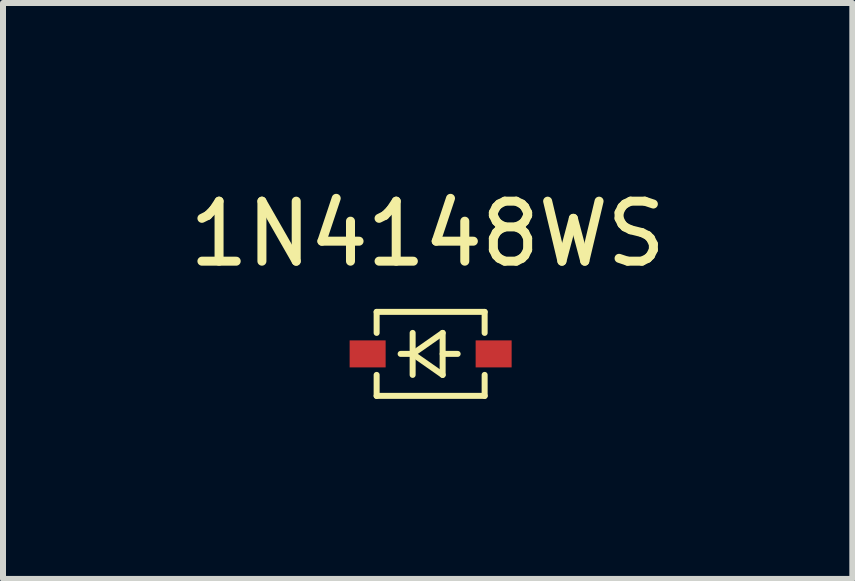
<source format=kicad_pcb>
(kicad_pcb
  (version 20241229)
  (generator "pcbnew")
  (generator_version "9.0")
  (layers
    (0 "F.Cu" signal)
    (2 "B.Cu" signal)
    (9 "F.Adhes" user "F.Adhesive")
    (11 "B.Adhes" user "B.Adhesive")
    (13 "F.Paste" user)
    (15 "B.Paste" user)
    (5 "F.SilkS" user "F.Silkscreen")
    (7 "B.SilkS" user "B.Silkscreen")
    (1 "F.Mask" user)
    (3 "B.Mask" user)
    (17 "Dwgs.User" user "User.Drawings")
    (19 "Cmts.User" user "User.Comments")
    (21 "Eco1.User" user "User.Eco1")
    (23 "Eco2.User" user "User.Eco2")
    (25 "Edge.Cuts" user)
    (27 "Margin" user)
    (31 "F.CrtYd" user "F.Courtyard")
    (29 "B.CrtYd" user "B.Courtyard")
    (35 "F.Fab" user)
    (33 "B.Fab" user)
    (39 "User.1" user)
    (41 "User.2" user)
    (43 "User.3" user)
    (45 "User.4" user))
  (footprint "1N4148WS"
    (layer "F.Cu")
    (at 4.127 2.848)
    (property "Reference" "1N4148WS" (at -0.05 -2 0) (unlocked yes) (layer "F.SilkS") (effects (font (size 1 1) (thickness 0.15))))
    (attr smd)
    (fp_line (start -0.9 -0.7) (end 0.9 -0.7) (stroke (width 0.1) (type solid)) (layer "F.SilkS"))
    (fp_line (start -0.9 -0.35) (end -0.9 -0.7) (stroke (width 0.1) (type solid)) (layer "F.SilkS"))
    (fp_line (start -0.9 0.7) (end -0.9 0.35) (stroke (width 0.1) (type solid)) (layer "F.SilkS"))
    (fp_line (start -0.3 -0.35) (end -0.3 0.35) (stroke (width 0.1) (type solid)) (layer "F.SilkS"))
    (fp_line (start -0.3 0) (end -0.5 0) (stroke (width 0.1) (type solid)) (layer "F.SilkS"))
    (fp_line (start -0.3 0) (end 0.2 -0.35) (stroke (width 0.1) (type solid)) (layer "F.SilkS"))
    (fp_line (start 0.2 -0.35) (end 0.2 0.35) (stroke (width 0.1) (type solid)) (layer "F.SilkS"))
    (fp_line (start 0.2 0) (end 0.45 0) (stroke (width 0.1) (type solid)) (layer "F.SilkS"))
    (fp_line (start 0.2 0.35) (end -0.3 0) (stroke (width 0.1) (type solid)) (layer "F.SilkS"))
    (fp_line (start 0.9 -0.35) (end 0.9 -0.7) (stroke (width 0.1) (type solid)) (layer "F.SilkS"))
    (fp_line (start 0.9 0.7) (end -0.9 0.7) (stroke (width 0.1) (type solid)) (layer "F.SilkS"))
    (fp_line (start 0.9 0.7) (end 0.9 0.35) (stroke (width 0.1) (type solid)) (layer "F.SilkS"))
    (pad "1" smd rect (at -1.05 0) (size 0.6 0.45) (layers "F.Cu" "F.Mask" "F.Paste"))
    (pad "2" smd rect (at 1.05 0) (size 0.6 0.45) (layers "F.Cu" "F.Mask" "F.Paste")))
  (gr_rect
    (start -3 -3)
    (end 11.155 6.598)
    (stroke (width 0.1) (type default))
    (fill no)
    (layer "Edge.Cuts")))
</source>
